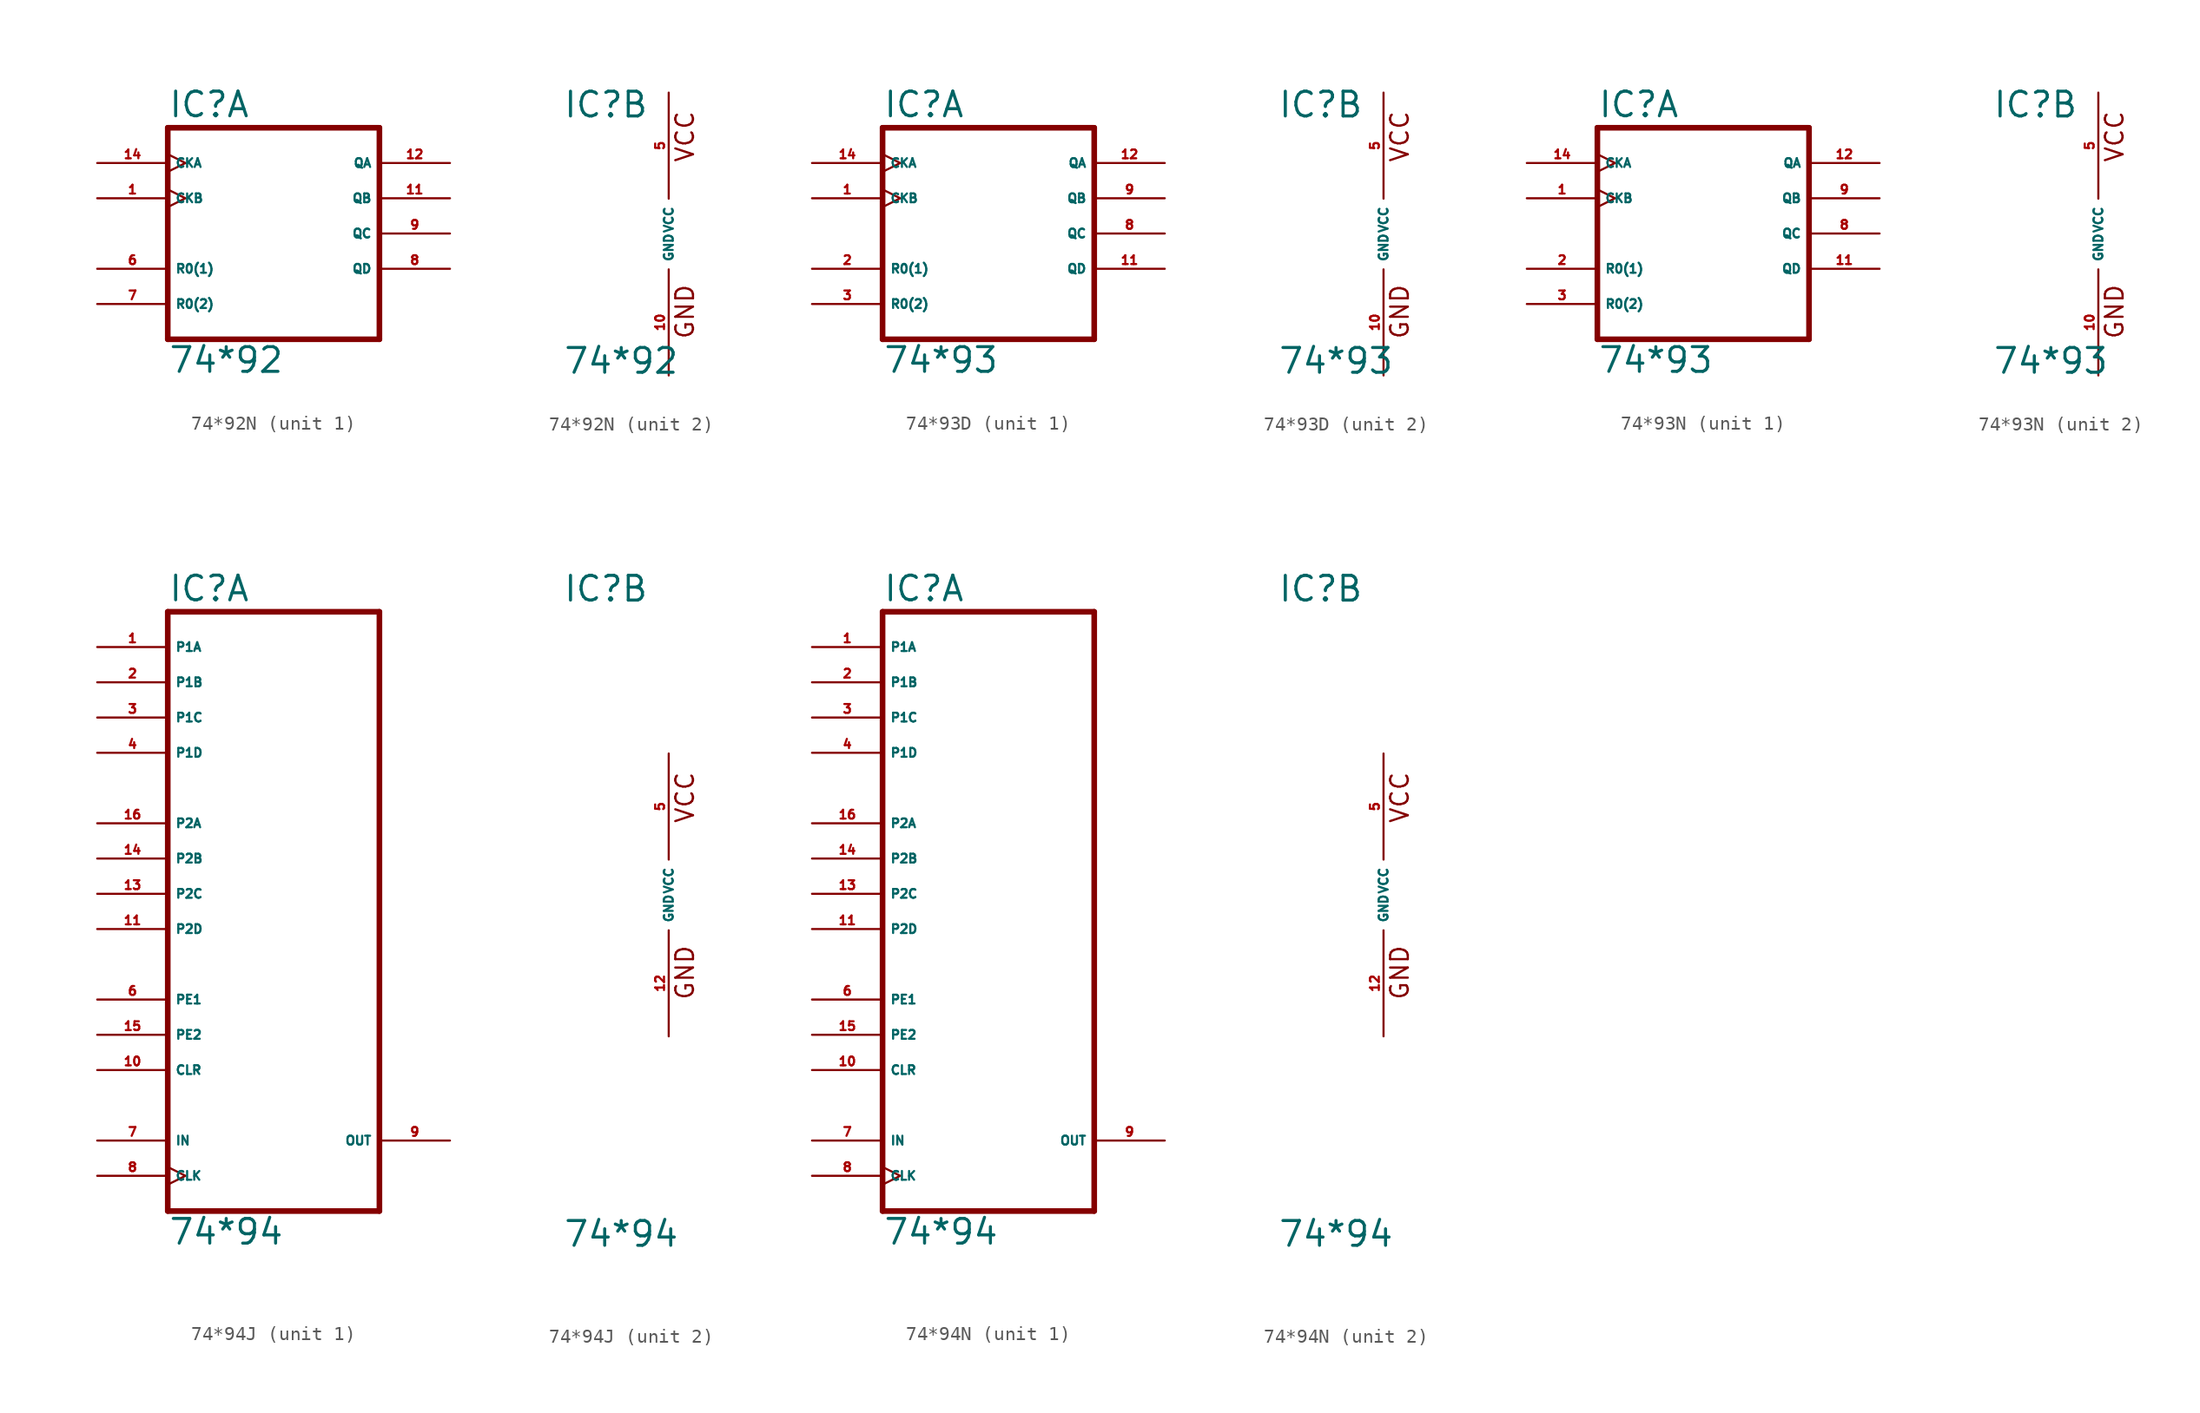
<source format=kicad_sym>
(kicad_symbol_lib
  (version 20220914)
  (generator Eagle2Kicad)
  (symbol "74*92N"
    (property "Reference" "IC"
      (at -7.62 8.255 0)
      (effects (font (size 1.778 1.778) (thickness 0.22)) (justify left bottom)))
    (property "Value" "74*92"
      (at -7.62 -10.16 0)
      (effects (font (size 1.778 1.778) (thickness 0.22)) (justify left bottom)))
    (symbol "74*92N_1_0"
      (polyline (pts (xy -7.62 -7.62) (xy 7.62 -7.62)) (stroke (width 0.406) (type default)) (fill (type none)))
      (polyline (pts (xy 7.62 -7.62) (xy 7.62 7.62)) (stroke (width 0.406) (type default)) (fill (type none)))
      (polyline (pts (xy 7.62 7.62) (xy -7.62 7.62)) (stroke (width 0.406) (type default)) (fill (type none)))
      (polyline (pts (xy -7.62 7.62) (xy -7.62 -7.62)) (stroke (width 0.406) (type default)) (fill (type none)))
      (pin input clock (at -12.7 2.54 0) (length 5.08) (name "CKB" (effects (font (size 0.635 0.635) (thickness 0.08)) (justify left bottom))) (number "1" (effects (font (size 0.635 0.635) (thickness 0.08)) (justify left bottom))))
      (pin input line (at -12.7 -2.54 0) (length 5.08) (name "R0(1)" (effects (font (size 0.635 0.635) (thickness 0.08)) (justify left bottom))) (number "6" (effects (font (size 0.635 0.635) (thickness 0.08)) (justify left bottom))))
      (pin input line (at -12.7 -5.08 0) (length 5.08) (name "R0(2)" (effects (font (size 0.635 0.635) (thickness 0.08)) (justify left bottom))) (number "7" (effects (font (size 0.635 0.635) (thickness 0.08)) (justify left bottom))))
      (pin output line (at 12.7 -2.54 180) (length 5.08) (name "QD" (effects (font (size 0.635 0.635) (thickness 0.08)) (justify left bottom))) (number "8" (effects (font (size 0.635 0.635) (thickness 0.08)) (justify left bottom))))
      (pin output line (at 12.7 0 180) (length 5.08) (name "QC" (effects (font (size 0.635 0.635) (thickness 0.08)) (justify left bottom))) (number "9" (effects (font (size 0.635 0.635) (thickness 0.08)) (justify left bottom))))
      (pin output line (at 12.7 2.54 180) (length 5.08) (name "QB" (effects (font (size 0.635 0.635) (thickness 0.08)) (justify left bottom))) (number "11" (effects (font (size 0.635 0.635) (thickness 0.08)) (justify left bottom))))
      (pin output line (at 12.7 5.08 180) (length 5.08) (name "QA" (effects (font (size 0.635 0.635) (thickness 0.08)) (justify left bottom))) (number "12" (effects (font (size 0.635 0.635) (thickness 0.08)) (justify left bottom))))
      (pin input clock (at -12.7 5.08 0) (length 5.08) (name "CKA" (effects (font (size 0.635 0.635) (thickness 0.08)) (justify left bottom))) (number "14" (effects (font (size 0.635 0.635) (thickness 0.08)) (justify left bottom)))))
    (symbol "74*92N_2_0"
      (text "GND" (at 1.905 -7.62 900) (effects (font (size 1.27 1.27) (thickness 0.16)) (justify left bottom)))
      (text "VCC" (at 1.905 5.08 900) (effects (font (size 1.27 1.27) (thickness 0.16)) (justify left bottom)))
      (pin unspecified line (at 0 -10.16 90) (length 7.62) (name "GND" (effects (font (size 0.635 0.635) (thickness 0.08)) (justify left bottom))) (number "10" (effects (font (size 0.635 0.635) (thickness 0.08)) (justify left bottom))))
      (pin unspecified line (at 0 10.16 270) (length 7.62) (name "VCC" (effects (font (size 0.635 0.635) (thickness 0.08)) (justify left bottom))) (number "5" (effects (font (size 0.635 0.635) (thickness 0.08)) (justify left bottom))))))
  (symbol "74*93D"
    (property "Reference" "IC"
      (at -7.62 8.255 0)
      (effects (font (size 1.778 1.778) (thickness 0.22)) (justify left bottom)))
    (property "Value" "74*93"
      (at -7.62 -10.16 0)
      (effects (font (size 1.778 1.778) (thickness 0.22)) (justify left bottom)))
    (symbol "74*93D_1_0"
      (polyline (pts (xy -7.62 -7.62) (xy 7.62 -7.62)) (stroke (width 0.406) (type default)) (fill (type none)))
      (polyline (pts (xy 7.62 -7.62) (xy 7.62 7.62)) (stroke (width 0.406) (type default)) (fill (type none)))
      (polyline (pts (xy 7.62 7.62) (xy -7.62 7.62)) (stroke (width 0.406) (type default)) (fill (type none)))
      (polyline (pts (xy -7.62 7.62) (xy -7.62 -7.62)) (stroke (width 0.406) (type default)) (fill (type none)))
      (pin input clock (at -12.7 2.54 0) (length 5.08) (name "CKB" (effects (font (size 0.635 0.635) (thickness 0.08)) (justify left bottom))) (number "1" (effects (font (size 0.635 0.635) (thickness 0.08)) (justify left bottom))))
      (pin input line (at -12.7 -2.54 0) (length 5.08) (name "R0(1)" (effects (font (size 0.635 0.635) (thickness 0.08)) (justify left bottom))) (number "2" (effects (font (size 0.635 0.635) (thickness 0.08)) (justify left bottom))))
      (pin input line (at -12.7 -5.08 0) (length 5.08) (name "R0(2)" (effects (font (size 0.635 0.635) (thickness 0.08)) (justify left bottom))) (number "3" (effects (font (size 0.635 0.635) (thickness 0.08)) (justify left bottom))))
      (pin output line (at 12.7 0 180) (length 5.08) (name "QC" (effects (font (size 0.635 0.635) (thickness 0.08)) (justify left bottom))) (number "8" (effects (font (size 0.635 0.635) (thickness 0.08)) (justify left bottom))))
      (pin output line (at 12.7 2.54 180) (length 5.08) (name "QB" (effects (font (size 0.635 0.635) (thickness 0.08)) (justify left bottom))) (number "9" (effects (font (size 0.635 0.635) (thickness 0.08)) (justify left bottom))))
      (pin output line (at 12.7 -2.54 180) (length 5.08) (name "QD" (effects (font (size 0.635 0.635) (thickness 0.08)) (justify left bottom))) (number "11" (effects (font (size 0.635 0.635) (thickness 0.08)) (justify left bottom))))
      (pin output line (at 12.7 5.08 180) (length 5.08) (name "QA" (effects (font (size 0.635 0.635) (thickness 0.08)) (justify left bottom))) (number "12" (effects (font (size 0.635 0.635) (thickness 0.08)) (justify left bottom))))
      (pin input clock (at -12.7 5.08 0) (length 5.08) (name "CKA" (effects (font (size 0.635 0.635) (thickness 0.08)) (justify left bottom))) (number "14" (effects (font (size 0.635 0.635) (thickness 0.08)) (justify left bottom)))))
    (symbol "74*93D_2_0"
      (text "GND" (at 1.905 -7.62 900) (effects (font (size 1.27 1.27) (thickness 0.16)) (justify left bottom)))
      (text "VCC" (at 1.905 5.08 900) (effects (font (size 1.27 1.27) (thickness 0.16)) (justify left bottom)))
      (pin unspecified line (at 0 -10.16 90) (length 7.62) (name "GND" (effects (font (size 0.635 0.635) (thickness 0.08)) (justify left bottom))) (number "10" (effects (font (size 0.635 0.635) (thickness 0.08)) (justify left bottom))))
      (pin unspecified line (at 0 10.16 270) (length 7.62) (name "VCC" (effects (font (size 0.635 0.635) (thickness 0.08)) (justify left bottom))) (number "5" (effects (font (size 0.635 0.635) (thickness 0.08)) (justify left bottom))))))
  (symbol "74*93N"
    (property "Reference" "IC"
      (at -7.62 8.255 0)
      (effects (font (size 1.778 1.778) (thickness 0.22)) (justify left bottom)))
    (property "Value" "74*93"
      (at -7.62 -10.16 0)
      (effects (font (size 1.778 1.778) (thickness 0.22)) (justify left bottom)))
    (symbol "74*93N_1_0"
      (polyline (pts (xy -7.62 -7.62) (xy 7.62 -7.62)) (stroke (width 0.406) (type default)) (fill (type none)))
      (polyline (pts (xy 7.62 -7.62) (xy 7.62 7.62)) (stroke (width 0.406) (type default)) (fill (type none)))
      (polyline (pts (xy 7.62 7.62) (xy -7.62 7.62)) (stroke (width 0.406) (type default)) (fill (type none)))
      (polyline (pts (xy -7.62 7.62) (xy -7.62 -7.62)) (stroke (width 0.406) (type default)) (fill (type none)))
      (pin input clock (at -12.7 2.54 0) (length 5.08) (name "CKB" (effects (font (size 0.635 0.635) (thickness 0.08)) (justify left bottom))) (number "1" (effects (font (size 0.635 0.635) (thickness 0.08)) (justify left bottom))))
      (pin input line (at -12.7 -2.54 0) (length 5.08) (name "R0(1)" (effects (font (size 0.635 0.635) (thickness 0.08)) (justify left bottom))) (number "2" (effects (font (size 0.635 0.635) (thickness 0.08)) (justify left bottom))))
      (pin input line (at -12.7 -5.08 0) (length 5.08) (name "R0(2)" (effects (font (size 0.635 0.635) (thickness 0.08)) (justify left bottom))) (number "3" (effects (font (size 0.635 0.635) (thickness 0.08)) (justify left bottom))))
      (pin output line (at 12.7 0 180) (length 5.08) (name "QC" (effects (font (size 0.635 0.635) (thickness 0.08)) (justify left bottom))) (number "8" (effects (font (size 0.635 0.635) (thickness 0.08)) (justify left bottom))))
      (pin output line (at 12.7 2.54 180) (length 5.08) (name "QB" (effects (font (size 0.635 0.635) (thickness 0.08)) (justify left bottom))) (number "9" (effects (font (size 0.635 0.635) (thickness 0.08)) (justify left bottom))))
      (pin output line (at 12.7 -2.54 180) (length 5.08) (name "QD" (effects (font (size 0.635 0.635) (thickness 0.08)) (justify left bottom))) (number "11" (effects (font (size 0.635 0.635) (thickness 0.08)) (justify left bottom))))
      (pin output line (at 12.7 5.08 180) (length 5.08) (name "QA" (effects (font (size 0.635 0.635) (thickness 0.08)) (justify left bottom))) (number "12" (effects (font (size 0.635 0.635) (thickness 0.08)) (justify left bottom))))
      (pin input clock (at -12.7 5.08 0) (length 5.08) (name "CKA" (effects (font (size 0.635 0.635) (thickness 0.08)) (justify left bottom))) (number "14" (effects (font (size 0.635 0.635) (thickness 0.08)) (justify left bottom)))))
    (symbol "74*93N_2_0"
      (text "GND" (at 1.905 -7.62 900) (effects (font (size 1.27 1.27) (thickness 0.16)) (justify left bottom)))
      (text "VCC" (at 1.905 5.08 900) (effects (font (size 1.27 1.27) (thickness 0.16)) (justify left bottom)))
      (pin unspecified line (at 0 -10.16 90) (length 7.62) (name "GND" (effects (font (size 0.635 0.635) (thickness 0.08)) (justify left bottom))) (number "10" (effects (font (size 0.635 0.635) (thickness 0.08)) (justify left bottom))))
      (pin unspecified line (at 0 10.16 270) (length 7.62) (name "VCC" (effects (font (size 0.635 0.635) (thickness 0.08)) (justify left bottom))) (number "5" (effects (font (size 0.635 0.635) (thickness 0.08)) (justify left bottom))))))
  (symbol "74*94J"
    (property "Reference" "IC"
      (at -7.62 20.955 0)
      (effects (font (size 1.778 1.778) (thickness 0.22)) (justify left bottom)))
    (property "Value" "74*94"
      (at -7.62 -25.4 0)
      (effects (font (size 1.778 1.778) (thickness 0.22)) (justify left bottom)))
    (symbol "74*94J_1_0"
      (polyline (pts (xy -7.62 -22.86) (xy 7.62 -22.86)) (stroke (width 0.406) (type default)) (fill (type none)))
      (polyline (pts (xy 7.62 -22.86) (xy 7.62 20.32)) (stroke (width 0.406) (type default)) (fill (type none)))
      (polyline (pts (xy 7.62 20.32) (xy -7.62 20.32)) (stroke (width 0.406) (type default)) (fill (type none)))
      (polyline (pts (xy -7.62 20.32) (xy -7.62 -22.86)) (stroke (width 0.406) (type default)) (fill (type none)))
      (pin input line (at -12.7 17.78 0) (length 5.08) (name "P1A" (effects (font (size 0.635 0.635) (thickness 0.08)) (justify left bottom))) (number "1" (effects (font (size 0.635 0.635) (thickness 0.08)) (justify left bottom))))
      (pin input line (at -12.7 15.24 0) (length 5.08) (name "P1B" (effects (font (size 0.635 0.635) (thickness 0.08)) (justify left bottom))) (number "2" (effects (font (size 0.635 0.635) (thickness 0.08)) (justify left bottom))))
      (pin input line (at -12.7 12.7 0) (length 5.08) (name "P1C" (effects (font (size 0.635 0.635) (thickness 0.08)) (justify left bottom))) (number "3" (effects (font (size 0.635 0.635) (thickness 0.08)) (justify left bottom))))
      (pin input line (at -12.7 10.16 0) (length 5.08) (name "P1D" (effects (font (size 0.635 0.635) (thickness 0.08)) (justify left bottom))) (number "4" (effects (font (size 0.635 0.635) (thickness 0.08)) (justify left bottom))))
      (pin input line (at -12.7 -7.62 0) (length 5.08) (name "PE1" (effects (font (size 0.635 0.635) (thickness 0.08)) (justify left bottom))) (number "6" (effects (font (size 0.635 0.635) (thickness 0.08)) (justify left bottom))))
      (pin input line (at -12.7 -17.78 0) (length 5.08) (name "IN" (effects (font (size 0.635 0.635) (thickness 0.08)) (justify left bottom))) (number "7" (effects (font (size 0.635 0.635) (thickness 0.08)) (justify left bottom))))
      (pin input clock (at -12.7 -20.32 0) (length 5.08) (name "CLK" (effects (font (size 0.635 0.635) (thickness 0.08)) (justify left bottom))) (number "8" (effects (font (size 0.635 0.635) (thickness 0.08)) (justify left bottom))))
      (pin output line (at 12.7 -17.78 180) (length 5.08) (name "OUT" (effects (font (size 0.635 0.635) (thickness 0.08)) (justify left bottom))) (number "9" (effects (font (size 0.635 0.635) (thickness 0.08)) (justify left bottom))))
      (pin input line (at -12.7 -12.7 0) (length 5.08) (name "CLR" (effects (font (size 0.635 0.635) (thickness 0.08)) (justify left bottom))) (number "10" (effects (font (size 0.635 0.635) (thickness 0.08)) (justify left bottom))))
      (pin input line (at -12.7 -2.54 0) (length 5.08) (name "P2D" (effects (font (size 0.635 0.635) (thickness 0.08)) (justify left bottom))) (number "11" (effects (font (size 0.635 0.635) (thickness 0.08)) (justify left bottom))))
      (pin input line (at -12.7 0 0) (length 5.08) (name "P2C" (effects (font (size 0.635 0.635) (thickness 0.08)) (justify left bottom))) (number "13" (effects (font (size 0.635 0.635) (thickness 0.08)) (justify left bottom))))
      (pin input line (at -12.7 2.54 0) (length 5.08) (name "P2B" (effects (font (size 0.635 0.635) (thickness 0.08)) (justify left bottom))) (number "14" (effects (font (size 0.635 0.635) (thickness 0.08)) (justify left bottom))))
      (pin input line (at -12.7 -10.16 0) (length 5.08) (name "PE2" (effects (font (size 0.635 0.635) (thickness 0.08)) (justify left bottom))) (number "15" (effects (font (size 0.635 0.635) (thickness 0.08)) (justify left bottom))))
      (pin input line (at -12.7 5.08 0) (length 5.08) (name "P2A" (effects (font (size 0.635 0.635) (thickness 0.08)) (justify left bottom))) (number "16" (effects (font (size 0.635 0.635) (thickness 0.08)) (justify left bottom)))))
    (symbol "74*94J_2_0"
      (text "GND" (at 1.905 -7.62 900) (effects (font (size 1.27 1.27) (thickness 0.16)) (justify left bottom)))
      (text "VCC" (at 1.905 5.08 900) (effects (font (size 1.27 1.27) (thickness 0.16)) (justify left bottom)))
      (pin unspecified line (at 0 -10.16 90) (length 7.62) (name "GND" (effects (font (size 0.635 0.635) (thickness 0.08)) (justify left bottom))) (number "12" (effects (font (size 0.635 0.635) (thickness 0.08)) (justify left bottom))))
      (pin unspecified line (at 0 10.16 270) (length 7.62) (name "VCC" (effects (font (size 0.635 0.635) (thickness 0.08)) (justify left bottom))) (number "5" (effects (font (size 0.635 0.635) (thickness 0.08)) (justify left bottom))))))
  (symbol "74*94N"
    (property "Reference" "IC"
      (at -7.62 20.955 0)
      (effects (font (size 1.778 1.778) (thickness 0.22)) (justify left bottom)))
    (property "Value" "74*94"
      (at -7.62 -25.4 0)
      (effects (font (size 1.778 1.778) (thickness 0.22)) (justify left bottom)))
    (symbol "74*94N_1_0"
      (polyline (pts (xy -7.62 -22.86) (xy 7.62 -22.86)) (stroke (width 0.406) (type default)) (fill (type none)))
      (polyline (pts (xy 7.62 -22.86) (xy 7.62 20.32)) (stroke (width 0.406) (type default)) (fill (type none)))
      (polyline (pts (xy 7.62 20.32) (xy -7.62 20.32)) (stroke (width 0.406) (type default)) (fill (type none)))
      (polyline (pts (xy -7.62 20.32) (xy -7.62 -22.86)) (stroke (width 0.406) (type default)) (fill (type none)))
      (pin input line (at -12.7 17.78 0) (length 5.08) (name "P1A" (effects (font (size 0.635 0.635) (thickness 0.08)) (justify left bottom))) (number "1" (effects (font (size 0.635 0.635) (thickness 0.08)) (justify left bottom))))
      (pin input line (at -12.7 15.24 0) (length 5.08) (name "P1B" (effects (font (size 0.635 0.635) (thickness 0.08)) (justify left bottom))) (number "2" (effects (font (size 0.635 0.635) (thickness 0.08)) (justify left bottom))))
      (pin input line (at -12.7 12.7 0) (length 5.08) (name "P1C" (effects (font (size 0.635 0.635) (thickness 0.08)) (justify left bottom))) (number "3" (effects (font (size 0.635 0.635) (thickness 0.08)) (justify left bottom))))
      (pin input line (at -12.7 10.16 0) (length 5.08) (name "P1D" (effects (font (size 0.635 0.635) (thickness 0.08)) (justify left bottom))) (number "4" (effects (font (size 0.635 0.635) (thickness 0.08)) (justify left bottom))))
      (pin input line (at -12.7 -7.62 0) (length 5.08) (name "PE1" (effects (font (size 0.635 0.635) (thickness 0.08)) (justify left bottom))) (number "6" (effects (font (size 0.635 0.635) (thickness 0.08)) (justify left bottom))))
      (pin input line (at -12.7 -17.78 0) (length 5.08) (name "IN" (effects (font (size 0.635 0.635) (thickness 0.08)) (justify left bottom))) (number "7" (effects (font (size 0.635 0.635) (thickness 0.08)) (justify left bottom))))
      (pin input clock (at -12.7 -20.32 0) (length 5.08) (name "CLK" (effects (font (size 0.635 0.635) (thickness 0.08)) (justify left bottom))) (number "8" (effects (font (size 0.635 0.635) (thickness 0.08)) (justify left bottom))))
      (pin output line (at 12.7 -17.78 180) (length 5.08) (name "OUT" (effects (font (size 0.635 0.635) (thickness 0.08)) (justify left bottom))) (number "9" (effects (font (size 0.635 0.635) (thickness 0.08)) (justify left bottom))))
      (pin input line (at -12.7 -12.7 0) (length 5.08) (name "CLR" (effects (font (size 0.635 0.635) (thickness 0.08)) (justify left bottom))) (number "10" (effects (font (size 0.635 0.635) (thickness 0.08)) (justify left bottom))))
      (pin input line (at -12.7 -2.54 0) (length 5.08) (name "P2D" (effects (font (size 0.635 0.635) (thickness 0.08)) (justify left bottom))) (number "11" (effects (font (size 0.635 0.635) (thickness 0.08)) (justify left bottom))))
      (pin input line (at -12.7 0 0) (length 5.08) (name "P2C" (effects (font (size 0.635 0.635) (thickness 0.08)) (justify left bottom))) (number "13" (effects (font (size 0.635 0.635) (thickness 0.08)) (justify left bottom))))
      (pin input line (at -12.7 2.54 0) (length 5.08) (name "P2B" (effects (font (size 0.635 0.635) (thickness 0.08)) (justify left bottom))) (number "14" (effects (font (size 0.635 0.635) (thickness 0.08)) (justify left bottom))))
      (pin input line (at -12.7 -10.16 0) (length 5.08) (name "PE2" (effects (font (size 0.635 0.635) (thickness 0.08)) (justify left bottom))) (number "15" (effects (font (size 0.635 0.635) (thickness 0.08)) (justify left bottom))))
      (pin input line (at -12.7 5.08 0) (length 5.08) (name "P2A" (effects (font (size 0.635 0.635) (thickness 0.08)) (justify left bottom))) (number "16" (effects (font (size 0.635 0.635) (thickness 0.08)) (justify left bottom)))))
    (symbol "74*94N_2_0"
      (text "GND" (at 1.905 -7.62 900) (effects (font (size 1.27 1.27) (thickness 0.16)) (justify left bottom)))
      (text "VCC" (at 1.905 5.08 900) (effects (font (size 1.27 1.27) (thickness 0.16)) (justify left bottom)))
      (pin unspecified line (at 0 -10.16 90) (length 7.62) (name "GND" (effects (font (size 0.635 0.635) (thickness 0.08)) (justify left bottom))) (number "12" (effects (font (size 0.635 0.635) (thickness 0.08)) (justify left bottom))))
      (pin unspecified line (at 0 10.16 270) (length 7.62) (name "VCC" (effects (font (size 0.635 0.635) (thickness 0.08)) (justify left bottom))) (number "5" (effects (font (size 0.635 0.635) (thickness 0.08)) (justify left bottom)))))))
</source>
